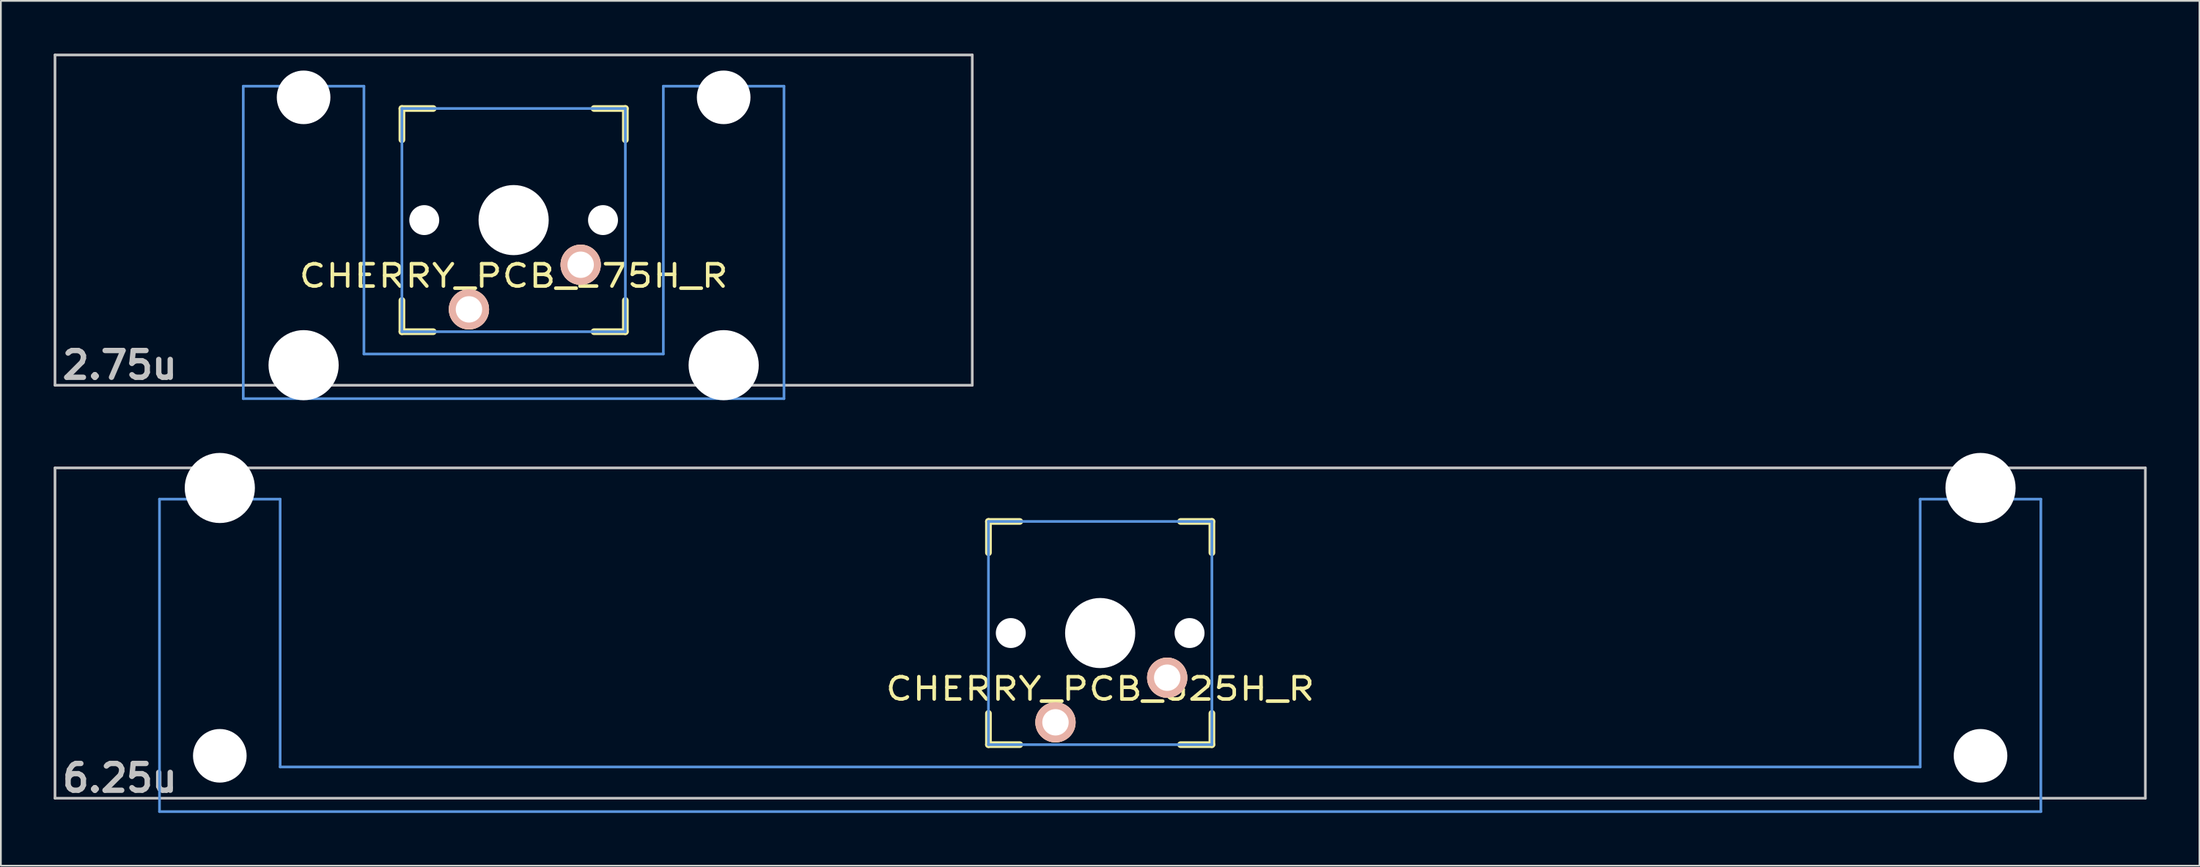
<source format=kicad_pcb>
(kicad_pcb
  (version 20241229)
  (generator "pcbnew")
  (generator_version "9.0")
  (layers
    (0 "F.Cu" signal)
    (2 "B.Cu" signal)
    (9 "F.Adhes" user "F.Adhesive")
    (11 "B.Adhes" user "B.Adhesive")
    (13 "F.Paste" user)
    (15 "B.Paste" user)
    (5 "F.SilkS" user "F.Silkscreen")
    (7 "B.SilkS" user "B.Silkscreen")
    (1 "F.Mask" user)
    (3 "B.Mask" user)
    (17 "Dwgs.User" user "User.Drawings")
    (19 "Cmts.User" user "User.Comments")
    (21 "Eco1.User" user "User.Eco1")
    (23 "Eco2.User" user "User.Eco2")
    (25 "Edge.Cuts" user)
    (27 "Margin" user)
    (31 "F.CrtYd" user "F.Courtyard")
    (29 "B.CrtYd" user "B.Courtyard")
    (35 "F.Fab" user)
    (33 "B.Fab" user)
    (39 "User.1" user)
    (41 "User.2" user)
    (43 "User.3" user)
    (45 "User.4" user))
  (footprint "CHERRY_PCB_275H_R"
    (layer "F.Cu")
    (at 26.144 9.474)
    (property "Reference" "CHERRY_PCB_275H_R" (at 0 3.175 0) (layer "F.SilkS") (effects (font (size 1.27 1.524) (thickness 0.203))))
    (attr through_hole)
    (fp_line (start -6.35 -6.35) (end -4.572 -6.35) (stroke (width 0.381) (type solid)) (layer "F.SilkS"))
    (fp_line (start -6.35 -4.572) (end -6.35 -6.35) (stroke (width 0.381) (type solid)) (layer "F.SilkS"))
    (fp_line (start -6.35 6.35) (end -6.35 4.572) (stroke (width 0.381) (type solid)) (layer "F.SilkS"))
    (fp_line (start -4.572 6.35) (end -6.35 6.35) (stroke (width 0.381) (type solid)) (layer "F.SilkS"))
    (fp_line (start 4.572 -6.35) (end 6.35 -6.35) (stroke (width 0.381) (type solid)) (layer "F.SilkS"))
    (fp_line (start 6.35 -6.35) (end 6.35 -4.572) (stroke (width 0.381) (type solid)) (layer "F.SilkS"))
    (fp_line (start 6.35 4.572) (end 6.35 6.35) (stroke (width 0.381) (type solid)) (layer "F.SilkS"))
    (fp_line (start 6.35 6.35) (end 4.572 6.35) (stroke (width 0.381) (type solid)) (layer "F.SilkS"))
    (fp_line (start -26.068 -9.398) (end 26.068 -9.398) (stroke (width 0.152) (type solid)) (layer "Dwgs.User"))
    (fp_line (start -26.068 9.398) (end -26.068 -9.398) (stroke (width 0.152) (type solid)) (layer "Dwgs.User"))
    (fp_line (start 26.068 -9.398) (end 26.068 9.398) (stroke (width 0.152) (type solid)) (layer "Dwgs.User"))
    (fp_line (start 26.068 9.398) (end -26.068 9.398) (stroke (width 0.152) (type solid)) (layer "Dwgs.User"))
    (fp_line (start -15.367 -7.62) (end -15.367 10.16) (stroke (width 0.152) (type solid)) (layer "Cmts.User"))
    (fp_line (start -15.367 10.16) (end 15.367 10.16) (stroke (width 0.152) (type solid)) (layer "Cmts.User"))
    (fp_line (start -8.509 -7.62) (end -15.367 -7.62) (stroke (width 0.152) (type solid)) (layer "Cmts.User"))
    (fp_line (start -8.509 7.62) (end -8.509 -7.62) (stroke (width 0.152) (type solid)) (layer "Cmts.User"))
    (fp_line (start -6.35 -6.35) (end 6.35 -6.35) (stroke (width 0.152) (type solid)) (layer "Cmts.User"))
    (fp_line (start -6.35 6.35) (end -6.35 -6.35) (stroke (width 0.152) (type solid)) (layer "Cmts.User"))
    (fp_line (start 6.35 -6.35) (end 6.35 6.35) (stroke (width 0.152) (type solid)) (layer "Cmts.User"))
    (fp_line (start 6.35 6.35) (end -6.35 6.35) (stroke (width 0.152) (type solid)) (layer "Cmts.User"))
    (fp_line (start 8.509 -7.62) (end 8.509 7.62) (stroke (width 0.152) (type solid)) (layer "Cmts.User"))
    (fp_line (start 8.509 7.62) (end -8.509 7.62) (stroke (width 0.152) (type solid)) (layer "Cmts.User"))
    (fp_line (start 15.367 -7.62) (end 8.509 -7.62) (stroke (width 0.152) (type solid)) (layer "Cmts.User"))
    (fp_line (start 15.367 10.16) (end 15.367 -7.62) (stroke (width 0.152) (type solid)) (layer "Cmts.User"))
    (fp_line (start -16.129 -2.286) (end -15.265 -2.286) (stroke (width 0.152) (type solid)) (layer "Eco2.User"))
    (fp_line (start -16.129 0.508) (end -16.129 -2.286) (stroke (width 0.152) (type solid)) (layer "Eco2.User"))
    (fp_line (start -15.265 -5.69) (end -8.611 -5.69) (stroke (width 0.152) (type solid)) (layer "Eco2.User"))
    (fp_line (start -15.265 -2.286) (end -15.265 -5.69) (stroke (width 0.152) (type solid)) (layer "Eco2.User"))
    (fp_line (start -15.265 0.508) (end -16.129 0.508) (stroke (width 0.152) (type solid)) (layer "Eco2.User"))
    (fp_line (start -15.265 6.604) (end -15.265 0.508) (stroke (width 0.152) (type solid)) (layer "Eco2.User"))
    (fp_line (start -14.224 6.604) (end -15.265 6.604) (stroke (width 0.152) (type solid)) (layer "Eco2.User"))
    (fp_line (start -14.224 7.772) (end -14.224 6.604) (stroke (width 0.152) (type solid)) (layer "Eco2.User"))
    (fp_line (start -9.652 6.604) (end -9.652 7.772) (stroke (width 0.152) (type solid)) (layer "Eco2.User"))
    (fp_line (start -9.652 7.772) (end -14.224 7.772) (stroke (width 0.152) (type solid)) (layer "Eco2.User"))
    (fp_line (start -8.611 -5.69) (end -8.611 -4.877) (stroke (width 0.152) (type solid)) (layer "Eco2.User"))
    (fp_line (start -8.611 -4.877) (end -6.985 -4.877) (stroke (width 0.152) (type solid)) (layer "Eco2.User"))
    (fp_line (start -8.611 5.817) (end -8.611 6.604) (stroke (width 0.152) (type solid)) (layer "Eco2.User"))
    (fp_line (start -8.611 6.604) (end -9.652 6.604) (stroke (width 0.152) (type solid)) (layer "Eco2.User"))
    (fp_line (start -6.985 -6.985) (end 6.985 -6.985) (stroke (width 0.152) (type solid)) (layer "Eco2.User"))
    (fp_line (start -6.985 -4.877) (end -6.985 -6.985) (stroke (width 0.152) (type solid)) (layer "Eco2.User"))
    (fp_line (start -6.985 5.817) (end -8.611 5.817) (stroke (width 0.152) (type solid)) (layer "Eco2.User"))
    (fp_line (start -6.985 6.985) (end -6.985 5.817) (stroke (width 0.152) (type solid)) (layer "Eco2.User"))
    (fp_line (start 6.985 -6.985) (end 6.985 -4.877) (stroke (width 0.152) (type solid)) (layer "Eco2.User"))
    (fp_line (start 6.985 -4.877) (end 8.611 -4.877) (stroke (width 0.152) (type solid)) (layer "Eco2.User"))
    (fp_line (start 6.985 5.817) (end 6.985 6.985) (stroke (width 0.152) (type solid)) (layer "Eco2.User"))
    (fp_line (start 6.985 6.985) (end -6.985 6.985) (stroke (width 0.152) (type solid)) (layer "Eco2.User"))
    (fp_line (start 8.611 -5.69) (end 15.265 -5.69) (stroke (width 0.152) (type solid)) (layer "Eco2.User"))
    (fp_line (start 8.611 -4.877) (end 8.611 -5.69) (stroke (width 0.152) (type solid)) (layer "Eco2.User"))
    (fp_line (start 8.611 5.817) (end 6.985 5.817) (stroke (width 0.152) (type solid)) (layer "Eco2.User"))
    (fp_line (start 8.611 6.604) (end 8.611 5.817) (stroke (width 0.152) (type solid)) (layer "Eco2.User"))
    (fp_line (start 9.652 6.604) (end 8.611 6.604) (stroke (width 0.152) (type solid)) (layer "Eco2.User"))
    (fp_line (start 9.652 7.772) (end 9.652 6.604) (stroke (width 0.152) (type solid)) (layer "Eco2.User"))
    (fp_line (start 14.224 6.604) (end 14.224 7.772) (stroke (width 0.152) (type solid)) (layer "Eco2.User"))
    (fp_line (start 14.224 7.772) (end 9.652 7.772) (stroke (width 0.152) (type solid)) (layer "Eco2.User"))
    (fp_line (start 15.265 -5.69) (end 15.265 -2.286) (stroke (width 0.152) (type solid)) (layer "Eco2.User"))
    (fp_line (start 15.265 -2.286) (end 16.129 -2.286) (stroke (width 0.152) (type solid)) (layer "Eco2.User"))
    (fp_line (start 15.265 0.508) (end 15.265 6.604) (stroke (width 0.152) (type solid)) (layer "Eco2.User"))
    (fp_line (start 15.265 6.604) (end 14.224 6.604) (stroke (width 0.152) (type solid)) (layer "Eco2.User"))
    (fp_line (start 16.129 -2.286) (end 16.129 0.508) (stroke (width 0.152) (type solid)) (layer "Eco2.User"))
    (fp_line (start 16.129 0.508) (end 15.265 0.508) (stroke (width 0.152) (type solid)) (layer "Eco2.User"))
    (fp_text user "2.75u" (at -22.385 8.255 0) (layer "Dwgs.User") (effects (font (size 1.524 1.524) (thickness 0.305))))
    (pad "" np_thru_hole circle (at -11.938 -6.985) (size 3.048 3.048) (drill 3.048) (layers "*.Cu"))
    (pad "" np_thru_hole circle (at -11.938 8.255) (size 3.988 3.988) (drill 3.988) (layers "*.Cu"))
    (pad "" np_thru_hole circle (at -5.08 0) (size 1.702 1.702) (drill 1.702) (layers "*.Cu"))
    (pad "" np_thru_hole circle (at 0 0) (size 3.988 3.988) (drill 3.988) (layers "*.Cu"))
    (pad "" np_thru_hole circle (at 5.08 0) (size 1.702 1.702) (drill 1.702) (layers "*.Cu"))
    (pad "" np_thru_hole circle (at 11.938 -6.985) (size 3.048 3.048) (drill 3.048) (layers "*.Cu"))
    (pad "" np_thru_hole circle (at 11.938 8.255) (size 3.988 3.988) (drill 3.988) (layers "*.Cu"))
    (pad "1" thru_hole circle (at -2.54 5.08) (size 2.286 2.286) (drill 1.499) (layers "*.Cu" "*.SilkS" "*.Mask"))
    (pad "2" thru_hole circle (at 3.81 2.54) (size 2.286 2.286) (drill 1.499) (layers "*.Cu" "*.SilkS" "*.Mask")))
  (footprint "CHERRY_PCB_625H_R"
    (layer "F.Cu")
    (at 59.482 32.972)
    (property "Reference" "CHERRY_PCB_625H_R" (at 0 3.175 0) (layer "F.SilkS") (effects (font (size 1.27 1.524) (thickness 0.203))))
    (attr through_hole)
    (fp_line (start -6.35 -6.35) (end -4.572 -6.35) (stroke (width 0.381) (type solid)) (layer "F.SilkS"))
    (fp_line (start -6.35 -4.572) (end -6.35 -6.35) (stroke (width 0.381) (type solid)) (layer "F.SilkS"))
    (fp_line (start -6.35 6.35) (end -6.35 4.572) (stroke (width 0.381) (type solid)) (layer "F.SilkS"))
    (fp_line (start -4.572 6.35) (end -6.35 6.35) (stroke (width 0.381) (type solid)) (layer "F.SilkS"))
    (fp_line (start 4.572 -6.35) (end 6.35 -6.35) (stroke (width 0.381) (type solid)) (layer "F.SilkS"))
    (fp_line (start 6.35 -6.35) (end 6.35 -4.572) (stroke (width 0.381) (type solid)) (layer "F.SilkS"))
    (fp_line (start 6.35 4.572) (end 6.35 6.35) (stroke (width 0.381) (type solid)) (layer "F.SilkS"))
    (fp_line (start 6.35 6.35) (end 4.572 6.35) (stroke (width 0.381) (type solid)) (layer "F.SilkS"))
    (fp_line (start -59.406 -9.398) (end 59.406 -9.398) (stroke (width 0.152) (type solid)) (layer "Dwgs.User"))
    (fp_line (start -59.406 9.398) (end -59.406 -9.398) (stroke (width 0.152) (type solid)) (layer "Dwgs.User"))
    (fp_line (start 59.406 -9.398) (end 59.406 9.398) (stroke (width 0.152) (type solid)) (layer "Dwgs.User"))
    (fp_line (start 59.406 9.398) (end -59.406 9.398) (stroke (width 0.152) (type solid)) (layer "Dwgs.User"))
    (fp_line (start -53.467 -7.62) (end -53.467 10.16) (stroke (width 0.152) (type solid)) (layer "Cmts.User"))
    (fp_line (start -53.467 10.16) (end 53.467 10.16) (stroke (width 0.152) (type solid)) (layer "Cmts.User"))
    (fp_line (start -46.609 -7.62) (end -53.467 -7.62) (stroke (width 0.152) (type solid)) (layer "Cmts.User"))
    (fp_line (start -46.609 7.62) (end -46.609 -7.62) (stroke (width 0.152) (type solid)) (layer "Cmts.User"))
    (fp_line (start -6.35 -6.35) (end 6.35 -6.35) (stroke (width 0.152) (type solid)) (layer "Cmts.User"))
    (fp_line (start -6.35 6.35) (end -6.35 -6.35) (stroke (width 0.152) (type solid)) (layer "Cmts.User"))
    (fp_line (start 6.35 -6.35) (end 6.35 6.35) (stroke (width 0.152) (type solid)) (layer "Cmts.User"))
    (fp_line (start 6.35 6.35) (end -6.35 6.35) (stroke (width 0.152) (type solid)) (layer "Cmts.User"))
    (fp_line (start 46.609 -7.62) (end 46.609 7.62) (stroke (width 0.152) (type solid)) (layer "Cmts.User"))
    (fp_line (start 46.609 7.62) (end -46.609 7.62) (stroke (width 0.152) (type solid)) (layer "Cmts.User"))
    (fp_line (start 53.467 -7.62) (end 46.609 -7.62) (stroke (width 0.152) (type solid)) (layer "Cmts.User"))
    (fp_line (start 53.467 10.16) (end 53.467 -7.62) (stroke (width 0.152) (type solid)) (layer "Cmts.User"))
    (fp_line (start -54.229 -2.286) (end -53.365 -2.286) (stroke (width 0.152) (type solid)) (layer "Eco2.User"))
    (fp_line (start -54.229 0.508) (end -54.229 -2.286) (stroke (width 0.152) (type solid)) (layer "Eco2.User"))
    (fp_line (start -53.365 -5.69) (end -46.711 -5.69) (stroke (width 0.152) (type solid)) (layer "Eco2.User"))
    (fp_line (start -53.365 -2.286) (end -53.365 -5.69) (stroke (width 0.152) (type solid)) (layer "Eco2.User"))
    (fp_line (start -53.365 0.508) (end -54.229 0.508) (stroke (width 0.152) (type solid)) (layer "Eco2.User"))
    (fp_line (start -53.365 6.604) (end -53.365 0.508) (stroke (width 0.152) (type solid)) (layer "Eco2.User"))
    (fp_line (start -52.324 6.604) (end -53.365 6.604) (stroke (width 0.152) (type solid)) (layer "Eco2.User"))
    (fp_line (start -52.324 7.772) (end -52.324 6.604) (stroke (width 0.152) (type solid)) (layer "Eco2.User"))
    (fp_line (start -47.752 6.604) (end -47.752 7.772) (stroke (width 0.152) (type solid)) (layer "Eco2.User"))
    (fp_line (start -47.752 7.772) (end -52.324 7.772) (stroke (width 0.152) (type solid)) (layer "Eco2.User"))
    (fp_line (start -46.711 -5.69) (end -46.711 -2.286) (stroke (width 0.152) (type solid)) (layer "Eco2.User"))
    (fp_line (start -46.711 -2.286) (end -6.985 -2.286) (stroke (width 0.152) (type solid)) (layer "Eco2.User"))
    (fp_line (start -46.711 2.286) (end -46.711 6.604) (stroke (width 0.152) (type solid)) (layer "Eco2.User"))
    (fp_line (start -46.711 6.604) (end -47.752 6.604) (stroke (width 0.152) (type solid)) (layer "Eco2.User"))
    (fp_line (start -6.985 -6.985) (end 6.985 -6.985) (stroke (width 0.152) (type solid)) (layer "Eco2.User"))
    (fp_line (start -6.985 -2.286) (end -6.985 -6.985) (stroke (width 0.152) (type solid)) (layer "Eco2.User"))
    (fp_line (start -6.985 2.286) (end -46.711 2.286) (stroke (width 0.152) (type solid)) (layer "Eco2.User"))
    (fp_line (start -6.985 6.985) (end -6.985 2.286) (stroke (width 0.152) (type solid)) (layer "Eco2.User"))
    (fp_line (start 6.985 -6.985) (end 6.985 -2.286) (stroke (width 0.152) (type solid)) (layer "Eco2.User"))
    (fp_line (start 6.985 -2.286) (end 46.711 -2.286) (stroke (width 0.152) (type solid)) (layer "Eco2.User"))
    (fp_line (start 6.985 2.286) (end 6.985 6.985) (stroke (width 0.152) (type solid)) (layer "Eco2.User"))
    (fp_line (start 6.985 6.985) (end -6.985 6.985) (stroke (width 0.152) (type solid)) (layer "Eco2.User"))
    (fp_line (start 46.711 -5.69) (end 53.365 -5.69) (stroke (width 0.152) (type solid)) (layer "Eco2.User"))
    (fp_line (start 46.711 -2.286) (end 46.711 -5.69) (stroke (width 0.152) (type solid)) (layer "Eco2.User"))
    (fp_line (start 46.711 2.286) (end 6.985 2.286) (stroke (width 0.152) (type solid)) (layer "Eco2.User"))
    (fp_line (start 46.711 6.604) (end 46.711 2.286) (stroke (width 0.152) (type solid)) (layer "Eco2.User"))
    (fp_line (start 47.752 6.604) (end 46.711 6.604) (stroke (width 0.152) (type solid)) (layer "Eco2.User"))
    (fp_line (start 47.752 7.772) (end 47.752 6.604) (stroke (width 0.152) (type solid)) (layer "Eco2.User"))
    (fp_line (start 52.324 6.604) (end 52.324 7.772) (stroke (width 0.152) (type solid)) (layer "Eco2.User"))
    (fp_line (start 52.324 7.772) (end 47.752 7.772) (stroke (width 0.152) (type solid)) (layer "Eco2.User"))
    (fp_line (start 53.365 -5.69) (end 53.365 -2.286) (stroke (width 0.152) (type solid)) (layer "Eco2.User"))
    (fp_line (start 53.365 -2.286) (end 54.229 -2.286) (stroke (width 0.152) (type solid)) (layer "Eco2.User"))
    (fp_line (start 53.365 0.508) (end 53.365 6.604) (stroke (width 0.152) (type solid)) (layer "Eco2.User"))
    (fp_line (start 53.365 6.604) (end 52.324 6.604) (stroke (width 0.152) (type solid)) (layer "Eco2.User"))
    (fp_line (start 54.229 -2.286) (end 54.229 0.508) (stroke (width 0.152) (type solid)) (layer "Eco2.User"))
    (fp_line (start 54.229 0.508) (end 53.365 0.508) (stroke (width 0.152) (type solid)) (layer "Eco2.User"))
    (fp_text user "6.25u" (at -55.723 8.255 0) (layer "Dwgs.User") (effects (font (size 1.524 1.524) (thickness 0.305))))
    (pad "" np_thru_hole circle (at -50.038 -8.255) (size 3.988 3.988) (drill 3.988) (layers "*.Cu"))
    (pad "" np_thru_hole circle (at -50.038 6.985) (size 3.048 3.048) (drill 3.048) (layers "*.Cu"))
    (pad "" np_thru_hole circle (at -5.08 0) (size 1.702 1.702) (drill 1.702) (layers "*.Cu"))
    (pad "" np_thru_hole circle (at 0 0) (size 3.988 3.988) (drill 3.988) (layers "*.Cu"))
    (pad "" np_thru_hole circle (at 5.08 0) (size 1.702 1.702) (drill 1.702) (layers "*.Cu"))
    (pad "" np_thru_hole circle (at 50.038 -8.255) (size 3.988 3.988) (drill 3.988) (layers "*.Cu"))
    (pad "" np_thru_hole circle (at 50.038 6.985) (size 3.048 3.048) (drill 3.048) (layers "*.Cu"))
    (pad "1" thru_hole circle (at -2.54 5.08) (size 2.286 2.286) (drill 1.499) (layers "*.Cu" "*.SilkS" "*.Mask"))
    (pad "2" thru_hole circle (at 3.81 2.54) (size 2.286 2.286) (drill 1.499) (layers "*.Cu" "*.SilkS" "*.Mask")))
  (gr_rect
    (start -3 -3)
    (end 121.963 46.208)
    (stroke (width 0.1) (type default))
    (fill no)
    (layer "Edge.Cuts")))
</source>
